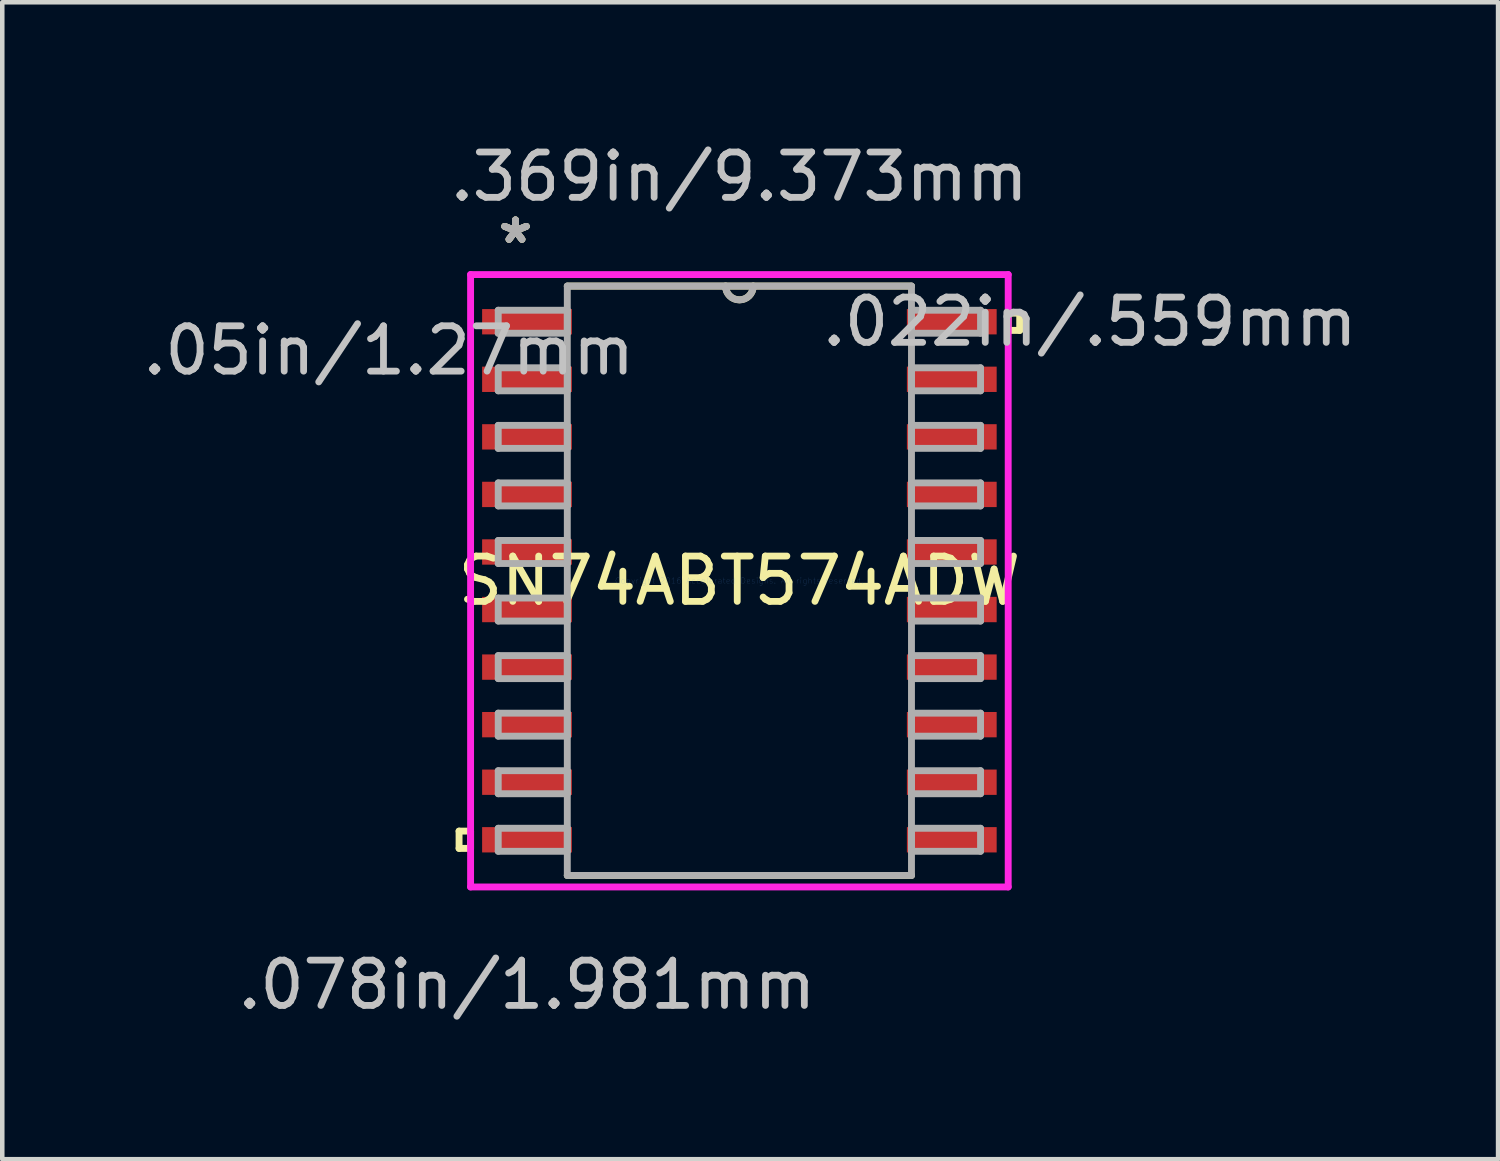
<source format=kicad_pcb>
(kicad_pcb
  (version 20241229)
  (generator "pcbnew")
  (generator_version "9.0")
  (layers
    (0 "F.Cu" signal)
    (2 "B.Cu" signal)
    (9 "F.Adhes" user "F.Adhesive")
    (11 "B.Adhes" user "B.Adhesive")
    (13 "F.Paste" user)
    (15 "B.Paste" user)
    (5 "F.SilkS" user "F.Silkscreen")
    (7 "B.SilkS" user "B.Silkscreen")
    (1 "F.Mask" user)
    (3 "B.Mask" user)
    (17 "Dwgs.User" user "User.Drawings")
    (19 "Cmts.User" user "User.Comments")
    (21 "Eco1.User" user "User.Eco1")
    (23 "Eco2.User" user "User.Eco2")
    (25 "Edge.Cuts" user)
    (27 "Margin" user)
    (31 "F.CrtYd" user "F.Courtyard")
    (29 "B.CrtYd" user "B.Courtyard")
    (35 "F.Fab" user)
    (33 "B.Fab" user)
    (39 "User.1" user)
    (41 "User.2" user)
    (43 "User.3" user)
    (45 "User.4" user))
  (footprint "SN74ABT574ADW"
    (layer "F.Cu")
    (at 13.264 9.764)
    (property "Reference" "SN74ABT574ADW" (at 0 0 0) (layer "F.SilkS") (effects (font (size 1 1) (thickness 0.15))))
    (attr through_hole)
    (fp_line (start -6.185 5.524) (end -6.185 5.905) (stroke (width 0.152) (type solid)) (layer "F.SilkS"))
    (fp_line (start -6.185 5.905) (end -5.931 5.905) (stroke (width 0.152) (type solid)) (layer "F.SilkS"))
    (fp_line (start -5.931 5.524) (end -6.185 5.524) (stroke (width 0.152) (type solid)) (layer "F.SilkS"))
    (fp_line (start -5.931 5.905) (end -5.931 5.524) (stroke (width 0.152) (type solid)) (layer "F.SilkS"))
    (fp_line (start -3.797 6.502) (end 3.797 6.502) (stroke (width 0.152) (type solid)) (layer "F.SilkS"))
    (fp_line (start 3.797 -6.502) (end -3.797 -6.502) (stroke (width 0.152) (type solid)) (layer "F.SilkS"))
    (fp_line (start 5.931 -5.905) (end 6.185 -5.905) (stroke (width 0.152) (type solid)) (layer "F.SilkS"))
    (fp_line (start 5.931 -5.524) (end 5.931 -5.905) (stroke (width 0.152) (type solid)) (layer "F.SilkS"))
    (fp_line (start 6.185 -5.905) (end 6.185 -5.524) (stroke (width 0.152) (type solid)) (layer "F.SilkS"))
    (fp_line (start 6.185 -5.524) (end 5.931 -5.524) (stroke (width 0.152) (type solid)) (layer "F.SilkS"))
    (fp_arc (start 0.3048 -6.5024) (mid 0 -6.1976) (end -0.3048 -6.5024) (stroke (width 0.1524) (type solid)) (layer "F.SilkS"))
    (fp_line (start -5.931 -6.756) (end 5.931 -6.756) (stroke (width 0.152) (type solid)) (layer "F.CrtYd"))
    (fp_line (start -5.931 6.756) (end -5.931 -6.756) (stroke (width 0.152) (type solid)) (layer "F.CrtYd"))
    (fp_line (start 5.931 -6.756) (end 5.931 6.756) (stroke (width 0.152) (type solid)) (layer "F.CrtYd"))
    (fp_line (start 5.931 6.756) (end -5.931 6.756) (stroke (width 0.152) (type solid)) (layer "F.CrtYd"))
    (fp_line (start -5.321 -5.969) (end -5.321 -5.461) (stroke (width 0.152) (type solid)) (layer "F.Fab"))
    (fp_line (start -5.321 -5.461) (end -3.797 -5.461) (stroke (width 0.152) (type solid)) (layer "F.Fab"))
    (fp_line (start -5.321 -4.699) (end -5.321 -4.191) (stroke (width 0.152) (type solid)) (layer "F.Fab"))
    (fp_line (start -5.321 -4.191) (end -3.797 -4.191) (stroke (width 0.152) (type solid)) (layer "F.Fab"))
    (fp_line (start -5.321 -3.429) (end -5.321 -2.921) (stroke (width 0.152) (type solid)) (layer "F.Fab"))
    (fp_line (start -5.321 -2.921) (end -3.797 -2.921) (stroke (width 0.152) (type solid)) (layer "F.Fab"))
    (fp_line (start -5.321 -2.159) (end -5.321 -1.651) (stroke (width 0.152) (type solid)) (layer "F.Fab"))
    (fp_line (start -5.321 -1.651) (end -3.797 -1.651) (stroke (width 0.152) (type solid)) (layer "F.Fab"))
    (fp_line (start -5.321 -0.889) (end -5.321 -0.381) (stroke (width 0.152) (type solid)) (layer "F.Fab"))
    (fp_line (start -5.321 -0.381) (end -3.797 -0.381) (stroke (width 0.152) (type solid)) (layer "F.Fab"))
    (fp_line (start -5.321 0.381) (end -5.321 0.889) (stroke (width 0.152) (type solid)) (layer "F.Fab"))
    (fp_line (start -5.321 0.889) (end -3.797 0.889) (stroke (width 0.152) (type solid)) (layer "F.Fab"))
    (fp_line (start -5.321 1.651) (end -5.321 2.159) (stroke (width 0.152) (type solid)) (layer "F.Fab"))
    (fp_line (start -5.321 2.159) (end -3.797 2.159) (stroke (width 0.152) (type solid)) (layer "F.Fab"))
    (fp_line (start -5.321 2.921) (end -5.321 3.429) (stroke (width 0.152) (type solid)) (layer "F.Fab"))
    (fp_line (start -5.321 3.429) (end -3.797 3.429) (stroke (width 0.152) (type solid)) (layer "F.Fab"))
    (fp_line (start -5.321 4.191) (end -5.321 4.699) (stroke (width 0.152) (type solid)) (layer "F.Fab"))
    (fp_line (start -5.321 4.699) (end -3.797 4.699) (stroke (width 0.152) (type solid)) (layer "F.Fab"))
    (fp_line (start -5.321 5.461) (end -5.321 5.969) (stroke (width 0.152) (type solid)) (layer "F.Fab"))
    (fp_line (start -5.321 5.969) (end -3.797 5.969) (stroke (width 0.152) (type solid)) (layer "F.Fab"))
    (fp_line (start -3.797 -6.502) (end -3.797 6.502) (stroke (width 0.152) (type solid)) (layer "F.Fab"))
    (fp_line (start -3.797 -5.969) (end -5.321 -5.969) (stroke (width 0.152) (type solid)) (layer "F.Fab"))
    (fp_line (start -3.797 -5.461) (end -3.797 -5.969) (stroke (width 0.152) (type solid)) (layer "F.Fab"))
    (fp_line (start -3.797 -4.699) (end -5.321 -4.699) (stroke (width 0.152) (type solid)) (layer "F.Fab"))
    (fp_line (start -3.797 -4.191) (end -3.797 -4.699) (stroke (width 0.152) (type solid)) (layer "F.Fab"))
    (fp_line (start -3.797 -3.429) (end -5.321 -3.429) (stroke (width 0.152) (type solid)) (layer "F.Fab"))
    (fp_line (start -3.797 -2.921) (end -3.797 -3.429) (stroke (width 0.152) (type solid)) (layer "F.Fab"))
    (fp_line (start -3.797 -2.159) (end -5.321 -2.159) (stroke (width 0.152) (type solid)) (layer "F.Fab"))
    (fp_line (start -3.797 -1.651) (end -3.797 -2.159) (stroke (width 0.152) (type solid)) (layer "F.Fab"))
    (fp_line (start -3.797 -0.889) (end -5.321 -0.889) (stroke (width 0.152) (type solid)) (layer "F.Fab"))
    (fp_line (start -3.797 -0.381) (end -3.797 -0.889) (stroke (width 0.152) (type solid)) (layer "F.Fab"))
    (fp_line (start -3.797 0.381) (end -5.321 0.381) (stroke (width 0.152) (type solid)) (layer "F.Fab"))
    (fp_line (start -3.797 0.889) (end -3.797 0.381) (stroke (width 0.152) (type solid)) (layer "F.Fab"))
    (fp_line (start -3.797 1.651) (end -5.321 1.651) (stroke (width 0.152) (type solid)) (layer "F.Fab"))
    (fp_line (start -3.797 2.159) (end -3.797 1.651) (stroke (width 0.152) (type solid)) (layer "F.Fab"))
    (fp_line (start -3.797 2.921) (end -5.321 2.921) (stroke (width 0.152) (type solid)) (layer "F.Fab"))
    (fp_line (start -3.797 3.429) (end -3.797 2.921) (stroke (width 0.152) (type solid)) (layer "F.Fab"))
    (fp_line (start -3.797 4.191) (end -5.321 4.191) (stroke (width 0.152) (type solid)) (layer "F.Fab"))
    (fp_line (start -3.797 4.699) (end -3.797 4.191) (stroke (width 0.152) (type solid)) (layer "F.Fab"))
    (fp_line (start -3.797 5.461) (end -5.321 5.461) (stroke (width 0.152) (type solid)) (layer "F.Fab"))
    (fp_line (start -3.797 5.969) (end -3.797 5.461) (stroke (width 0.152) (type solid)) (layer "F.Fab"))
    (fp_line (start -3.797 6.502) (end 3.797 6.502) (stroke (width 0.152) (type solid)) (layer "F.Fab"))
    (fp_line (start 3.797 -6.502) (end -3.797 -6.502) (stroke (width 0.152) (type solid)) (layer "F.Fab"))
    (fp_line (start 3.797 -5.969) (end 3.797 -5.461) (stroke (width 0.152) (type solid)) (layer "F.Fab"))
    (fp_line (start 3.797 -5.461) (end 5.321 -5.461) (stroke (width 0.152) (type solid)) (layer "F.Fab"))
    (fp_line (start 3.797 -4.699) (end 3.797 -4.191) (stroke (width 0.152) (type solid)) (layer "F.Fab"))
    (fp_line (start 3.797 -4.191) (end 5.321 -4.191) (stroke (width 0.152) (type solid)) (layer "F.Fab"))
    (fp_line (start 3.797 -3.429) (end 3.797 -2.921) (stroke (width 0.152) (type solid)) (layer "F.Fab"))
    (fp_line (start 3.797 -2.921) (end 5.321 -2.921) (stroke (width 0.152) (type solid)) (layer "F.Fab"))
    (fp_line (start 3.797 -2.159) (end 3.797 -1.651) (stroke (width 0.152) (type solid)) (layer "F.Fab"))
    (fp_line (start 3.797 -1.651) (end 5.321 -1.651) (stroke (width 0.152) (type solid)) (layer "F.Fab"))
    (fp_line (start 3.797 -0.889) (end 3.797 -0.381) (stroke (width 0.152) (type solid)) (layer "F.Fab"))
    (fp_line (start 3.797 -0.381) (end 5.321 -0.381) (stroke (width 0.152) (type solid)) (layer "F.Fab"))
    (fp_line (start 3.797 0.381) (end 3.797 0.889) (stroke (width 0.152) (type solid)) (layer "F.Fab"))
    (fp_line (start 3.797 0.889) (end 5.321 0.889) (stroke (width 0.152) (type solid)) (layer "F.Fab"))
    (fp_line (start 3.797 1.651) (end 3.797 2.159) (stroke (width 0.152) (type solid)) (layer "F.Fab"))
    (fp_line (start 3.797 2.159) (end 5.321 2.159) (stroke (width 0.152) (type solid)) (layer "F.Fab"))
    (fp_line (start 3.797 2.921) (end 3.797 3.429) (stroke (width 0.152) (type solid)) (layer "F.Fab"))
    (fp_line (start 3.797 3.429) (end 5.321 3.429) (stroke (width 0.152) (type solid)) (layer "F.Fab"))
    (fp_line (start 3.797 4.191) (end 3.797 4.699) (stroke (width 0.152) (type solid)) (layer "F.Fab"))
    (fp_line (start 3.797 4.699) (end 5.321 4.699) (stroke (width 0.152) (type solid)) (layer "F.Fab"))
    (fp_line (start 3.797 5.461) (end 3.797 5.969) (stroke (width 0.152) (type solid)) (layer "F.Fab"))
    (fp_line (start 3.797 5.969) (end 5.321 5.969) (stroke (width 0.152) (type solid)) (layer "F.Fab"))
    (fp_line (start 3.797 6.502) (end 3.797 -6.502) (stroke (width 0.152) (type solid)) (layer "F.Fab"))
    (fp_line (start 5.321 -5.969) (end 3.797 -5.969) (stroke (width 0.152) (type solid)) (layer "F.Fab"))
    (fp_line (start 5.321 -5.461) (end 5.321 -5.969) (stroke (width 0.152) (type solid)) (layer "F.Fab"))
    (fp_line (start 5.321 -4.699) (end 3.797 -4.699) (stroke (width 0.152) (type solid)) (layer "F.Fab"))
    (fp_line (start 5.321 -4.191) (end 5.321 -4.699) (stroke (width 0.152) (type solid)) (layer "F.Fab"))
    (fp_line (start 5.321 -3.429) (end 3.797 -3.429) (stroke (width 0.152) (type solid)) (layer "F.Fab"))
    (fp_line (start 5.321 -2.921) (end 5.321 -3.429) (stroke (width 0.152) (type solid)) (layer "F.Fab"))
    (fp_line (start 5.321 -2.159) (end 3.797 -2.159) (stroke (width 0.152) (type solid)) (layer "F.Fab"))
    (fp_line (start 5.321 -1.651) (end 5.321 -2.159) (stroke (width 0.152) (type solid)) (layer "F.Fab"))
    (fp_line (start 5.321 -0.889) (end 3.797 -0.889) (stroke (width 0.152) (type solid)) (layer "F.Fab"))
    (fp_line (start 5.321 -0.381) (end 5.321 -0.889) (stroke (width 0.152) (type solid)) (layer "F.Fab"))
    (fp_line (start 5.321 0.381) (end 3.797 0.381) (stroke (width 0.152) (type solid)) (layer "F.Fab"))
    (fp_line (start 5.321 0.889) (end 5.321 0.381) (stroke (width 0.152) (type solid)) (layer "F.Fab"))
    (fp_line (start 5.321 1.651) (end 3.797 1.651) (stroke (width 0.152) (type solid)) (layer "F.Fab"))
    (fp_line (start 5.321 2.159) (end 5.321 1.651) (stroke (width 0.152) (type solid)) (layer "F.Fab"))
    (fp_line (start 5.321 2.921) (end 3.797 2.921) (stroke (width 0.152) (type solid)) (layer "F.Fab"))
    (fp_line (start 5.321 3.429) (end 5.321 2.921) (stroke (width 0.152) (type solid)) (layer "F.Fab"))
    (fp_line (start 5.321 4.191) (end 3.797 4.191) (stroke (width 0.152) (type solid)) (layer "F.Fab"))
    (fp_line (start 5.321 4.699) (end 5.321 4.191) (stroke (width 0.152) (type solid)) (layer "F.Fab"))
    (fp_line (start 5.321 5.461) (end 3.797 5.461) (stroke (width 0.152) (type solid)) (layer "F.Fab"))
    (fp_line (start 5.321 5.969) (end 5.321 5.461) (stroke (width 0.152) (type solid)) (layer "F.Fab"))
    (fp_arc (start 0.3048 -6.5024) (mid 0 -6.1976) (end -0.3048 -6.5024) (stroke (width 0.1524) (type solid)) (layer "F.Fab"))
    (fp_text user "*" (at -4.94 -7.417 0) (layer "F.SilkS") (effects (font (size 1 1) (thickness 0.15))))
    (fp_text user "*" (at -4.94 -7.417 0) (layer "F.SilkS") (effects (font (size 1 1) (thickness 0.15))))
    (fp_text user ".078in/1.981mm" (at -4.686 8.915 0) (layer "Dwgs.User") (effects (font (size 1 1) (thickness 0.15))))
    (fp_text user ".05in/1.27mm" (at -7.734 -5.08 0) (layer "Dwgs.User") (effects (font (size 1 1) (thickness 0.15))))
    (fp_text user ".369in/9.373mm" (at 0 -8.915 0) (layer "Dwgs.User") (effects (font (size 1 1) (thickness 0.15))))
    (fp_text user ".022in/.559mm" (at 7.734 -5.715 0) (layer "Dwgs.User") (effects (font (size 1 1) (thickness 0.15))))
    (fp_text user "Copyright 2016 Accelerated Designs. All rights reserved." (at 0 0 0) (layer "Cmts.User") (effects (font (size 0.127 0.127) (thickness 0.002))))
    (fp_text user "*" (at -4.94 -7.417 0) (layer "F.Fab") (effects (font (size 1 1) (thickness 0.15))))
    (fp_text user "*" (at -4.94 -7.417 0) (layer "F.Fab") (effects (font (size 1 1) (thickness 0.15))))
    (pad "1" smd rect (at -4.686 -5.715) (size 1.981 0.559) (layers "F.Cu" "F.Mask" "F.Paste"))
    (pad "2" smd rect (at -4.686 -4.445) (size 1.981 0.559) (layers "F.Cu" "F.Mask" "F.Paste"))
    (pad "3" smd rect (at -4.686 -3.175) (size 1.981 0.559) (layers "F.Cu" "F.Mask" "F.Paste"))
    (pad "4" smd rect (at -4.686 -1.905) (size 1.981 0.559) (layers "F.Cu" "F.Mask" "F.Paste"))
    (pad "5" smd rect (at -4.686 -0.635) (size 1.981 0.559) (layers "F.Cu" "F.Mask" "F.Paste"))
    (pad "6" smd rect (at -4.686 0.635) (size 1.981 0.559) (layers "F.Cu" "F.Mask" "F.Paste"))
    (pad "7" smd rect (at -4.686 1.905) (size 1.981 0.559) (layers "F.Cu" "F.Mask" "F.Paste"))
    (pad "8" smd rect (at -4.686 3.175) (size 1.981 0.559) (layers "F.Cu" "F.Mask" "F.Paste"))
    (pad "9" smd rect (at -4.686 4.445) (size 1.981 0.559) (layers "F.Cu" "F.Mask" "F.Paste"))
    (pad "10" smd rect (at -4.686 5.715) (size 1.981 0.559) (layers "F.Cu" "F.Mask" "F.Paste"))
    (pad "11" smd rect (at 4.686 5.715) (size 1.981 0.559) (layers "F.Cu" "F.Mask" "F.Paste"))
    (pad "12" smd rect (at 4.686 4.445) (size 1.981 0.559) (layers "F.Cu" "F.Mask" "F.Paste"))
    (pad "13" smd rect (at 4.686 3.175) (size 1.981 0.559) (layers "F.Cu" "F.Mask" "F.Paste"))
    (pad "14" smd rect (at 4.686 1.905) (size 1.981 0.559) (layers "F.Cu" "F.Mask" "F.Paste"))
    (pad "15" smd rect (at 4.686 0.635) (size 1.981 0.559) (layers "F.Cu" "F.Mask" "F.Paste"))
    (pad "16" smd rect (at 4.686 -0.635) (size 1.981 0.559) (layers "F.Cu" "F.Mask" "F.Paste"))
    (pad "17" smd rect (at 4.686 -1.905) (size 1.981 0.559) (layers "F.Cu" "F.Mask" "F.Paste"))
    (pad "18" smd rect (at 4.686 -3.175) (size 1.981 0.559) (layers "F.Cu" "F.Mask" "F.Paste"))
    (pad "19" smd rect (at 4.686 -4.445) (size 1.981 0.559) (layers "F.Cu" "F.Mask" "F.Paste"))
    (pad "20" smd rect (at 4.686 -5.715) (size 1.981 0.559) (layers "F.Cu" "F.Mask" "F.Paste")))
  (gr_rect
    (start -3 -3)
    (end 30.004 22.527)
    (stroke (width 0.1) (type default))
    (fill no)
    (layer "Edge.Cuts")))
</source>
